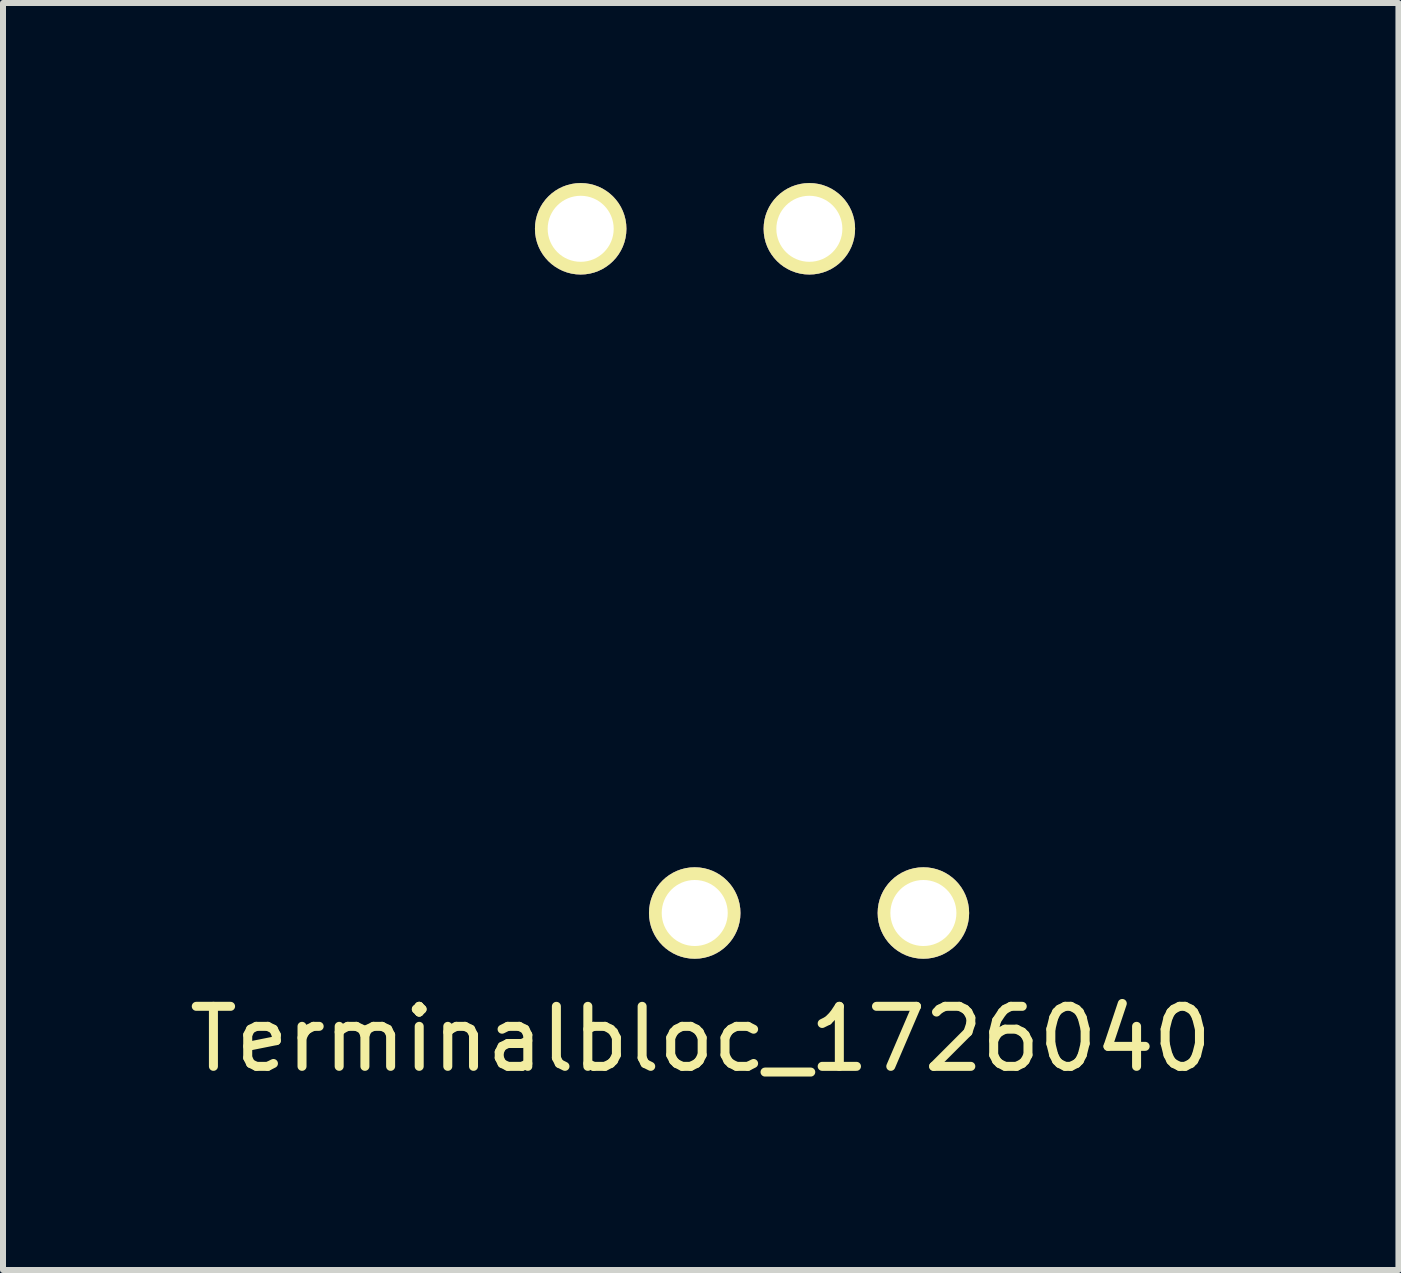
<source format=kicad_pcb>
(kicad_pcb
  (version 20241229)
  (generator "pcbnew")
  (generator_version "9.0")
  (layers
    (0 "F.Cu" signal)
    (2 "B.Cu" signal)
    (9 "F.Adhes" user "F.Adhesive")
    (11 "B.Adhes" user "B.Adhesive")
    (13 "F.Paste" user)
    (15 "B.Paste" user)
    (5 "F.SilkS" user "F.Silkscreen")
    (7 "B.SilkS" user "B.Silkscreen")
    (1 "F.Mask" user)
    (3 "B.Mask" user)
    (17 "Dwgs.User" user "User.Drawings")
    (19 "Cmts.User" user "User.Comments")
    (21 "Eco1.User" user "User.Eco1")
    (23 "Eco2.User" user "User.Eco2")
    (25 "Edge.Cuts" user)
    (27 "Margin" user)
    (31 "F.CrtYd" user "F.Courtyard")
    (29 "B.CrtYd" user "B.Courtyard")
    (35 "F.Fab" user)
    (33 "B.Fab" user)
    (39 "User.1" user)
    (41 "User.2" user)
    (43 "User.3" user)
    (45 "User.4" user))
  (footprint "Terminalbloc_1726040"
    (layer "F.Cu")
    (at 6.625 0.762)
    (property "Reference" "Terminalbloc_1726040" (at 2 13.5 0) (layer "F.SilkS") (effects (font (size 1 1) (thickness 0.15))))
    (attr through_hole)
    (pad "1" thru_hole circle (at 0 0) (size 1.524 1.524) (drill 1.1) (layers "*.Cu" "*.Mask" "F.SilkS"))
    (pad "2" thru_hole circle (at 1.9 11.4) (size 1.524 1.524) (drill 1.1) (layers "*.Cu" "*.Mask" "F.SilkS"))
    (pad "3" thru_hole circle (at 3.81 0) (size 1.524 1.524) (drill 1.1) (layers "*.Cu" "*.Mask" "F.SilkS"))
    (pad "4" thru_hole circle (at 5.71 11.4) (size 1.524 1.524) (drill 1.1) (layers "*.Cu" "*.Mask" "F.SilkS")))
  (gr_rect
    (start -3 -3)
    (end 20.25 18.11)
    (stroke (width 0.1) (type default))
    (fill no)
    (layer "Edge.Cuts")))
</source>
